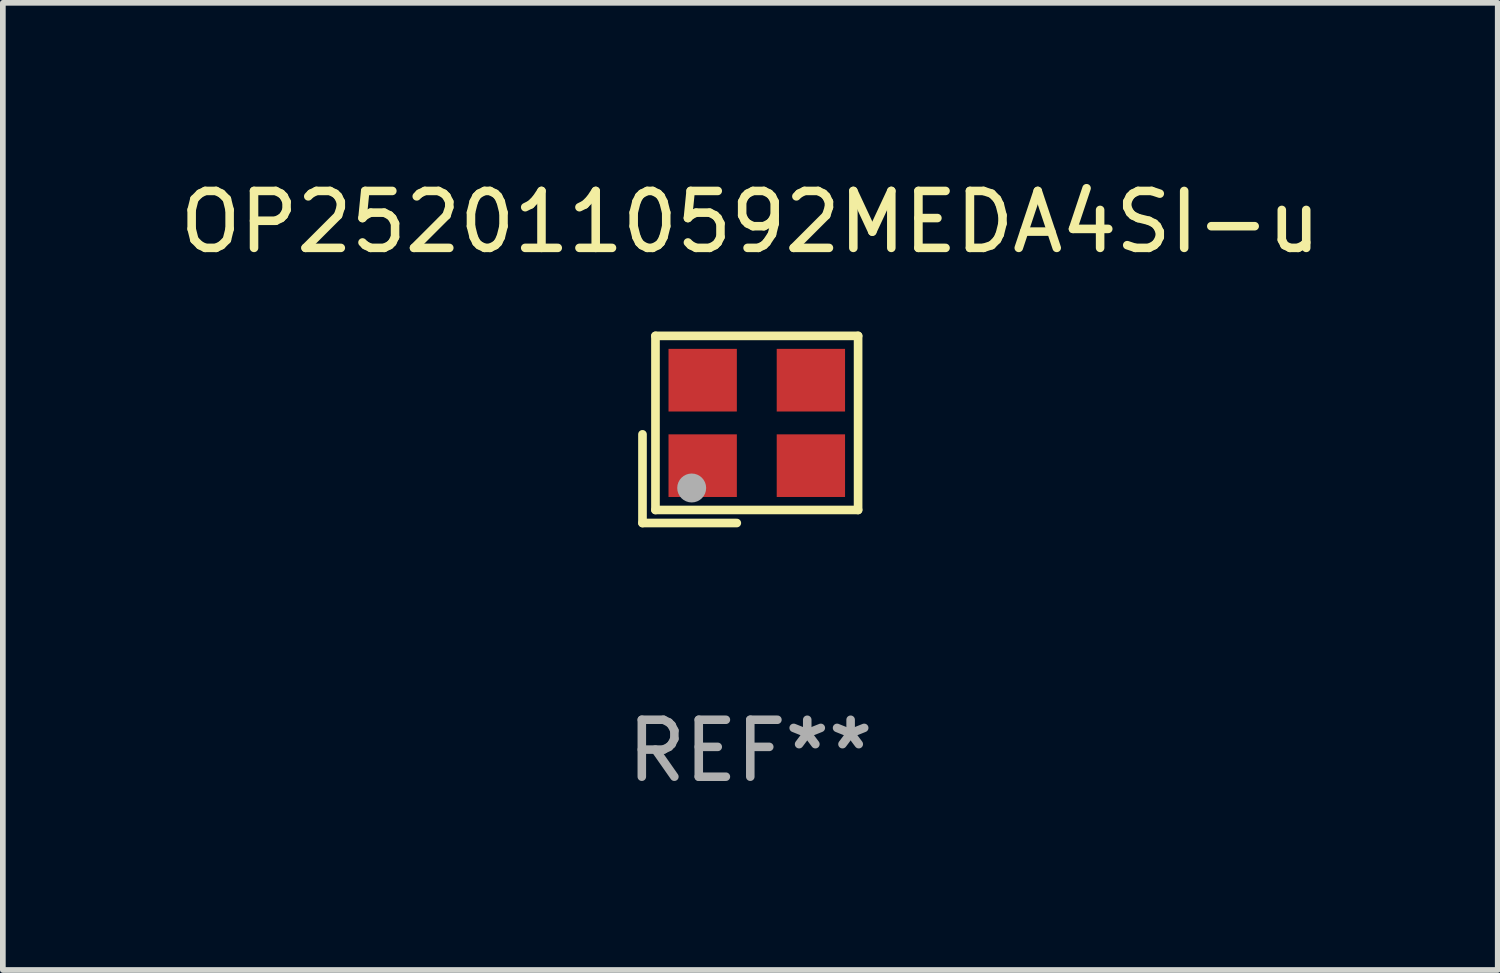
<source format=kicad_pcb>
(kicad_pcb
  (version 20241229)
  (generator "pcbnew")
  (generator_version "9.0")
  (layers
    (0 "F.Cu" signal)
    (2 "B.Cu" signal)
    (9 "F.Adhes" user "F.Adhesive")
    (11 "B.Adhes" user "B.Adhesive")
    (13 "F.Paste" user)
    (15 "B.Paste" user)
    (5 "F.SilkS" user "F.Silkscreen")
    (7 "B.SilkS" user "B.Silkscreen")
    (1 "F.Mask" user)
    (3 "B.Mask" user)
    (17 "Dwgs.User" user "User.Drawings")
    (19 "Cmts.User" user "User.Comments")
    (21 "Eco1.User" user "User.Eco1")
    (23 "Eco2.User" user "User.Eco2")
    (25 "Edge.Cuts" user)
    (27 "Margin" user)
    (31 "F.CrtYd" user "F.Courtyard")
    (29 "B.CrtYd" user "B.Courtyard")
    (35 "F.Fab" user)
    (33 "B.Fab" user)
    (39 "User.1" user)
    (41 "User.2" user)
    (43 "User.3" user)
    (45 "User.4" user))
  (footprint "OP2520110592MEDA4SI-u"
    (layer "F.Cu")
    (at 10.125 4.491)
    (property "Reference" "OP2520110592MEDA4SI-u" (at 0 -3.643 0) (layer "F.SilkS") (effects (font (size 1 1) (thickness 0.15))))
    (attr through_hole)
    (fp_line (start -1.893 0.086) (end -1.893 1.643) (stroke (width 0.152) (type solid)) (layer "F.SilkS"))
    (fp_line (start -1.893 1.643) (end -0.237 1.643) (stroke (width 0.152) (type solid)) (layer "F.SilkS"))
    (fp_line (start -1.665 -1.643) (end 1.893 -1.643) (stroke (width 0.152) (type solid)) (layer "F.SilkS"))
    (fp_line (start -1.665 1.414) (end -1.665 -1.643) (stroke (width 0.152) (type solid)) (layer "F.SilkS"))
    (fp_line (start 1.893 -1.643) (end 1.893 1.414) (stroke (width 0.152) (type solid)) (layer "F.SilkS"))
    (fp_line (start 1.893 1.414) (end -1.665 1.414) (stroke (width 0.152) (type solid)) (layer "F.SilkS"))
    (fp_circle (center -1.136 0.885) (end -1.106 0.885) (stroke (width 0.06) (type solid)) (fill no) (layer "F.SilkS"))
    (fp_circle (center -1.029 1.028) (end -0.902 1.028) (stroke (width 0.254) (type solid)) (fill no) (layer "F.Fab"))
    (fp_text user "REF**" (at 0 5.643 0) (layer "F.Fab") (effects (font (size 1 1) (thickness 0.15))))
    (pad "1" smd rect (at -0.836 0.636) (size 1.2 1.1) (layers "F.Cu" "F.Mask" "F.Paste"))
    (pad "2" smd rect (at 1.064 0.636) (size 1.2 1.1) (layers "F.Cu" "F.Mask" "F.Paste"))
    (pad "3" smd rect (at 1.064 -0.865) (size 1.2 1.1) (layers "F.Cu" "F.Mask" "F.Paste"))
    (pad "4" smd rect (at -0.836 -0.865) (size 1.2 1.1) (layers "F.Cu" "F.Mask" "F.Paste")))
  (gr_rect
    (start -3 -3)
    (end 23.25 13.983)
    (stroke (width 0.1) (type default))
    (fill no)
    (layer "Edge.Cuts")))
</source>
